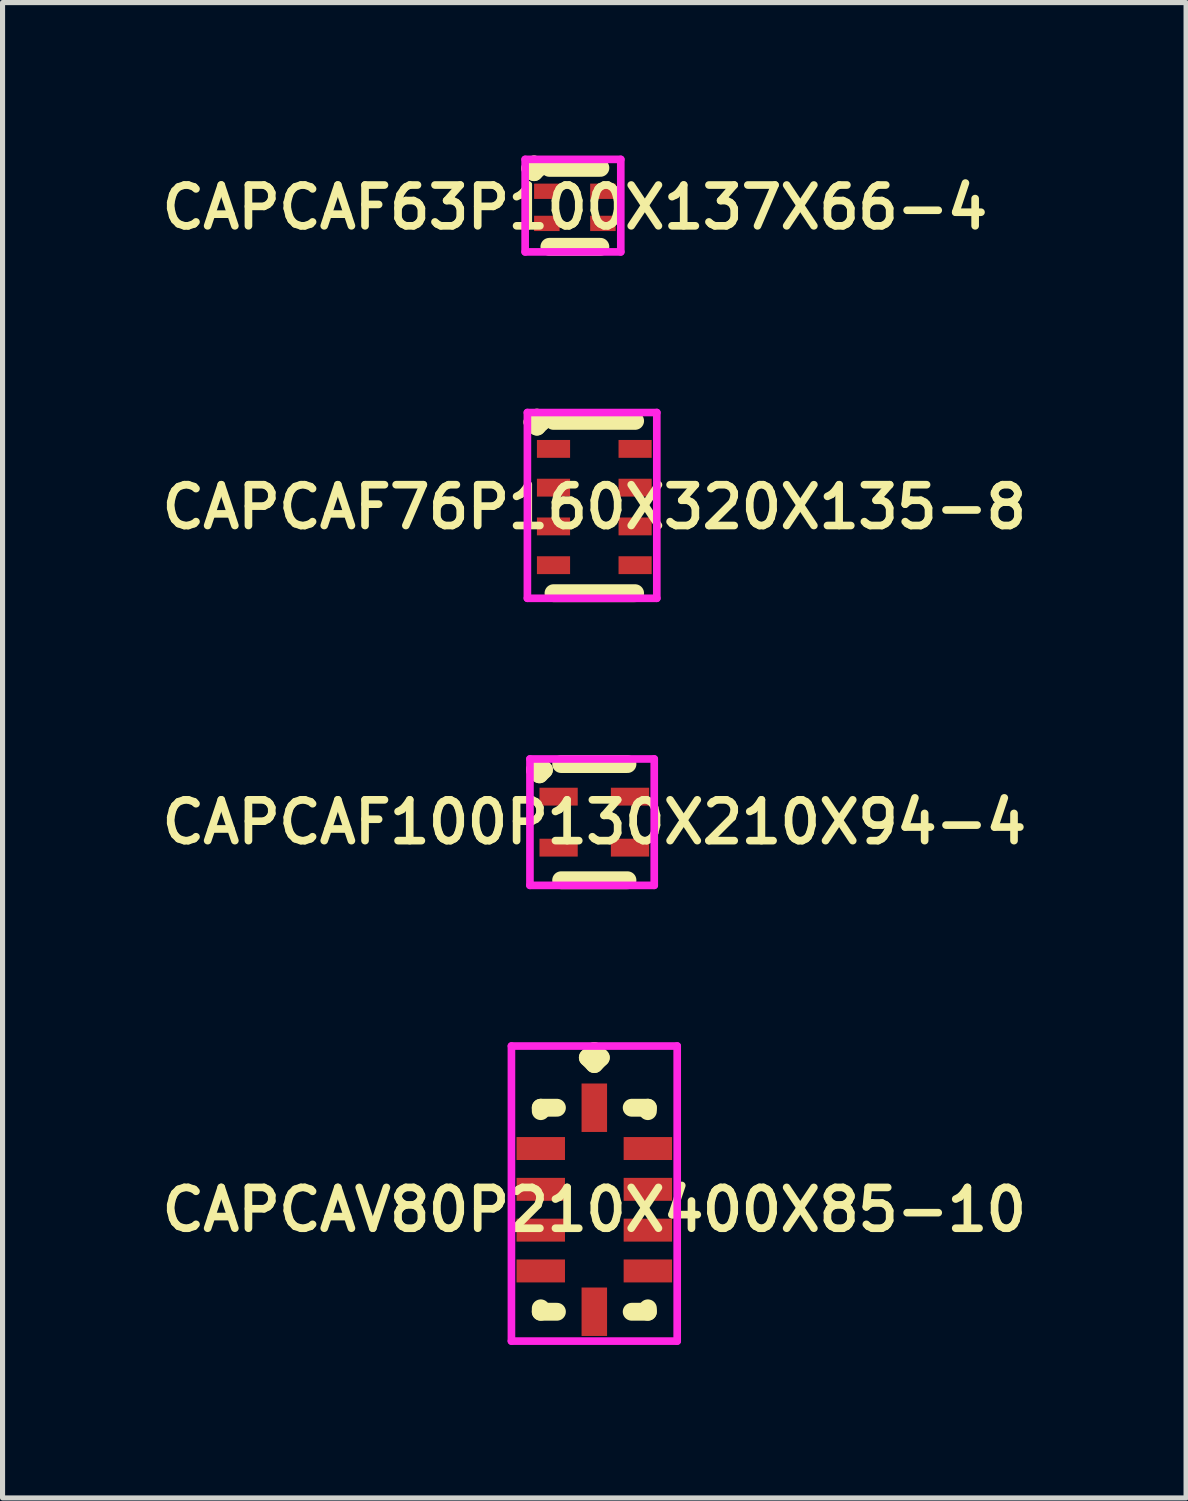
<source format=kicad_pcb>
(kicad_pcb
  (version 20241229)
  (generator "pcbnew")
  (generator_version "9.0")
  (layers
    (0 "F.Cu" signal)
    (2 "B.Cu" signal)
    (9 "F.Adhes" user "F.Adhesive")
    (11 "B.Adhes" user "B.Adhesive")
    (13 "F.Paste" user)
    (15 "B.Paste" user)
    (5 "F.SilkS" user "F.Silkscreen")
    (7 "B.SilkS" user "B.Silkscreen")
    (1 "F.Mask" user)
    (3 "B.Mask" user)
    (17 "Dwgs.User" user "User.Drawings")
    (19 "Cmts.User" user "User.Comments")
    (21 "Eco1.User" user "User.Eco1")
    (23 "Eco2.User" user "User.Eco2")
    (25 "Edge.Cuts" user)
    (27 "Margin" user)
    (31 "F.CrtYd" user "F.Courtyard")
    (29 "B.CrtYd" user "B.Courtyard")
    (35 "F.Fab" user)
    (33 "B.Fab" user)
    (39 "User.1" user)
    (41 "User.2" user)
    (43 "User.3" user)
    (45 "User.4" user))
  (footprint "CAPCAF76P160X320X135-8"
    (layer "F.Cu")
    (at 8.602 6.891)
    (property "Reference" "CAPCAF76P160X320X135-8" (at 0 0 0) (layer "F.SilkS") (effects (font (size 0.8 0.8) (thickness 0.15))))
    (attr through_hole)
    (fp_line (start -1.212 -1.665) (end -1.125 -1.752) (stroke (width 0.35) (type solid)) (layer "F.SilkS"))
    (fp_line (start -1.125 -1.752) (end -1.038 -1.665) (stroke (width 0.35) (type solid)) (layer "F.SilkS"))
    (fp_line (start -1.125 -1.577) (end -1.212 -1.665) (stroke (width 0.35) (type solid)) (layer "F.SilkS"))
    (fp_line (start -1.038 -1.665) (end -1.125 -1.577) (stroke (width 0.35) (type solid)) (layer "F.SilkS"))
    (fp_line (start -0.8 -1.689) (end 0.8 -1.689) (stroke (width 0.35) (type solid)) (layer "F.SilkS"))
    (fp_line (start -0.8 1.689) (end 0.8 1.689) (stroke (width 0.35) (type solid)) (layer "F.SilkS"))
    (fp_line (start -1.312 -1.853) (end 1.225 -1.853) (stroke (width 0.15) (type solid)) (layer "F.CrtYd"))
    (fp_line (start -1.312 1.789) (end -1.312 -1.853) (stroke (width 0.15) (type solid)) (layer "F.CrtYd"))
    (fp_line (start 1.225 -1.853) (end 1.225 1.789) (stroke (width 0.15) (type solid)) (layer "F.CrtYd"))
    (fp_line (start 1.225 1.789) (end -1.312 1.789) (stroke (width 0.15) (type solid)) (layer "F.CrtYd"))
    (pad "1" smd rect (at -0.8 -1.14) (size 0.65 0.35) (layers "F.Cu" "F.Mask" "F.Paste"))
    (pad "2" smd rect (at -0.8 -0.38) (size 0.65 0.35) (layers "F.Cu" "F.Mask" "F.Paste"))
    (pad "3" smd rect (at -0.8 0.38) (size 0.65 0.35) (layers "F.Cu" "F.Mask" "F.Paste"))
    (pad "4" smd rect (at -0.8 1.14) (size 0.65 0.35) (layers "F.Cu" "F.Mask" "F.Paste"))
    (pad "5" smd rect (at 0.8 1.14) (size 0.65 0.35) (layers "F.Cu" "F.Mask" "F.Paste"))
    (pad "6" smd rect (at 0.8 0.38) (size 0.65 0.35) (layers "F.Cu" "F.Mask" "F.Paste"))
    (pad "7" smd rect (at 0.8 -0.38) (size 0.65 0.35) (layers "F.Cu" "F.Mask" "F.Paste"))
    (pad "8" smd rect (at 0.8 -1.14) (size 0.65 0.35) (layers "F.Cu" "F.Mask" "F.Paste")))
  (footprint "CAPCAF63P100X137X66-4"
    (layer "F.Cu")
    (at 8.221 1.015)
    (property "Reference" "CAPCAF63P100X137X66-4" (at 0 0 0) (layer "F.SilkS") (effects (font (size 0.8 0.8) (thickness 0.15))))
    (attr smd)
    (fp_line (start -0.875 -0.765) (end -0.8 -0.84) (stroke (width 0.35) (type solid)) (layer "F.SilkS"))
    (fp_line (start -0.8 -0.84) (end -0.725 -0.765) (stroke (width 0.35) (type solid)) (layer "F.SilkS"))
    (fp_line (start -0.8 -0.69) (end -0.875 -0.765) (stroke (width 0.35) (type solid)) (layer "F.SilkS"))
    (fp_line (start -0.725 -0.765) (end -0.8 -0.69) (stroke (width 0.35) (type solid)) (layer "F.SilkS"))
    (fp_line (start -0.5 -0.774) (end 0.5 -0.774) (stroke (width 0.35) (type solid)) (layer "F.SilkS"))
    (fp_line (start -0.5 0.774) (end 0.5 0.774) (stroke (width 0.35) (type solid)) (layer "F.SilkS"))
    (fp_line (start -0.975 -0.94) (end 0.9 -0.94) (stroke (width 0.15) (type solid)) (layer "F.CrtYd"))
    (fp_line (start -0.975 0.874) (end -0.975 -0.94) (stroke (width 0.15) (type solid)) (layer "F.CrtYd"))
    (fp_line (start 0.9 -0.94) (end 0.9 0.874) (stroke (width 0.15) (type solid)) (layer "F.CrtYd"))
    (fp_line (start 0.9 0.874) (end -0.975 0.874) (stroke (width 0.15) (type solid)) (layer "F.CrtYd"))
    (pad "1" smd rect (at -0.55 -0.315) (size 0.5 0.3) (layers "F.Cu" "F.Mask" "F.Paste"))
    (pad "2" smd rect (at -0.55 0.315) (size 0.5 0.3) (layers "F.Cu" "F.Mask" "F.Paste"))
    (pad "3" smd rect (at 0.55 0.315) (size 0.5 0.3) (layers "F.Cu" "F.Mask" "F.Paste"))
    (pad "4" smd rect (at 0.55 -0.315) (size 0.5 0.3) (layers "F.Cu" "F.Mask" "F.Paste")))
  (footprint "CAPCAV80P210X400X85-10"
    (layer "F.Cu")
    (at 8.602 20.668)
    (property "Reference" "CAPCAV80P210X400X85-10" (at 0 0 0) (layer "F.SilkS") (effects (font (size 0.8 0.8) (thickness 0.15))))
    (attr through_hole)
    (fp_line (start -1.05 -2) (end -0.733 -2) (stroke (width 0.35) (type solid)) (layer "F.SilkS"))
    (fp_line (start -1.05 -1.933) (end -1.05 -2) (stroke (width 0.35) (type solid)) (layer "F.SilkS"))
    (fp_line (start -1.05 1.933) (end -1.05 2) (stroke (width 0.35) (type solid)) (layer "F.SilkS"))
    (fp_line (start -1.05 2) (end -0.733 2) (stroke (width 0.35) (type solid)) (layer "F.SilkS"))
    (fp_line (start -0.127 -2.983) (end 0 -3.11) (stroke (width 0.35) (type solid)) (layer "F.SilkS"))
    (fp_line (start 0 -3.11) (end 0.127 -2.983) (stroke (width 0.35) (type solid)) (layer "F.SilkS"))
    (fp_line (start 0 -2.856) (end -0.127 -2.983) (stroke (width 0.35) (type solid)) (layer "F.SilkS"))
    (fp_line (start 0.127 -2.983) (end 0 -2.856) (stroke (width 0.35) (type solid)) (layer "F.SilkS"))
    (fp_line (start 1.05 -2) (end 0.733 -2) (stroke (width 0.35) (type solid)) (layer "F.SilkS"))
    (fp_line (start 1.05 -1.933) (end 1.05 -2) (stroke (width 0.35) (type solid)) (layer "F.SilkS"))
    (fp_line (start 1.05 1.933) (end 1.05 2) (stroke (width 0.35) (type solid)) (layer "F.SilkS"))
    (fp_line (start 1.05 2) (end 0.733 2) (stroke (width 0.35) (type solid)) (layer "F.SilkS"))
    (fp_line (start -1.625 -3.21) (end 1.625 -3.21) (stroke (width 0.15) (type solid)) (layer "F.CrtYd"))
    (fp_line (start -1.625 2.575) (end -1.625 -3.21) (stroke (width 0.15) (type solid)) (layer "F.CrtYd"))
    (fp_line (start 1.625 -3.21) (end 1.625 2.575) (stroke (width 0.15) (type solid)) (layer "F.CrtYd"))
    (fp_line (start 1.625 2.575) (end -1.625 2.575) (stroke (width 0.15) (type solid)) (layer "F.CrtYd"))
    (pad "1" smd rect (at 0 -2) (size 0.5 0.95) (layers "F.Cu" "F.Mask" "F.Paste"))
    (pad "2" smd rect (at -1.05 -1.2) (size 0.95 0.45) (layers "F.Cu" "F.Mask" "F.Paste"))
    (pad "3" smd rect (at -1.05 -0.4) (size 0.95 0.45) (layers "F.Cu" "F.Mask" "F.Paste"))
    (pad "4" smd rect (at -1.05 0.4) (size 0.95 0.45) (layers "F.Cu" "F.Mask" "F.Paste"))
    (pad "5" smd rect (at -1.05 1.2) (size 0.95 0.45) (layers "F.Cu" "F.Mask" "F.Paste"))
    (pad "6" smd rect (at 0 2) (size 0.5 0.95) (layers "F.Cu" "F.Mask" "F.Paste"))
    (pad "7" smd rect (at 1.05 1.2) (size 0.95 0.45) (layers "F.Cu" "F.Mask" "F.Paste"))
    (pad "8" smd rect (at 1.05 0.4) (size 0.95 0.45) (layers "F.Cu" "F.Mask" "F.Paste"))
    (pad "9" smd rect (at 1.05 -0.4) (size 0.95 0.45) (layers "F.Cu" "F.Mask" "F.Paste"))
    (pad "10" smd rect (at 1.05 -1.2) (size 0.95 0.45) (layers "F.Cu" "F.Mask" "F.Paste")))
  (footprint "CAPCAF100P130X210X94-4"
    (layer "F.Cu")
    (at 8.602 13.069)
    (property "Reference" "CAPCAF100P130X210X94-4" (at 0 0 0) (layer "F.SilkS") (effects (font (size 0.8 0.8) (thickness 0.15))))
    (attr smd)
    (fp_line (start -1.163 -1.025) (end -1.075 -1.113) (stroke (width 0.35) (type solid)) (layer "F.SilkS"))
    (fp_line (start -1.075 -1.113) (end -0.988 -1.025) (stroke (width 0.35) (type solid)) (layer "F.SilkS"))
    (fp_line (start -1.075 -0.938) (end -1.163 -1.025) (stroke (width 0.35) (type solid)) (layer "F.SilkS"))
    (fp_line (start -0.988 -1.025) (end -1.075 -0.938) (stroke (width 0.35) (type solid)) (layer "F.SilkS"))
    (fp_line (start -0.65 -1.139) (end 0.65 -1.139) (stroke (width 0.35) (type solid)) (layer "F.SilkS"))
    (fp_line (start -0.65 1.139) (end 0.65 1.139) (stroke (width 0.35) (type solid)) (layer "F.SilkS"))
    (fp_line (start -1.262 -1.239) (end 1.175 -1.239) (stroke (width 0.15) (type solid)) (layer "F.CrtYd"))
    (fp_line (start -1.262 1.239) (end -1.262 -1.239) (stroke (width 0.15) (type solid)) (layer "F.CrtYd"))
    (fp_line (start 1.175 -1.239) (end 1.175 1.239) (stroke (width 0.15) (type solid)) (layer "F.CrtYd"))
    (fp_line (start 1.175 1.239) (end -1.262 1.239) (stroke (width 0.15) (type solid)) (layer "F.CrtYd"))
    (pad "1" smd rect (at -0.7 -0.5) (size 0.75 0.35) (layers "F.Cu" "F.Mask" "F.Paste"))
    (pad "2" smd rect (at -0.7 0.5) (size 0.75 0.35) (layers "F.Cu" "F.Mask" "F.Paste"))
    (pad "3" smd rect (at 0.7 0.5) (size 0.75 0.35) (layers "F.Cu" "F.Mask" "F.Paste"))
    (pad "4" smd rect (at 0.7 -0.5) (size 0.75 0.35) (layers "F.Cu" "F.Mask" "F.Paste")))
  (gr_rect
    (start -3 -3)
    (end 20.204 26.318)
    (stroke (width 0.1) (type default))
    (fill no)
    (layer "Edge.Cuts")))
</source>
